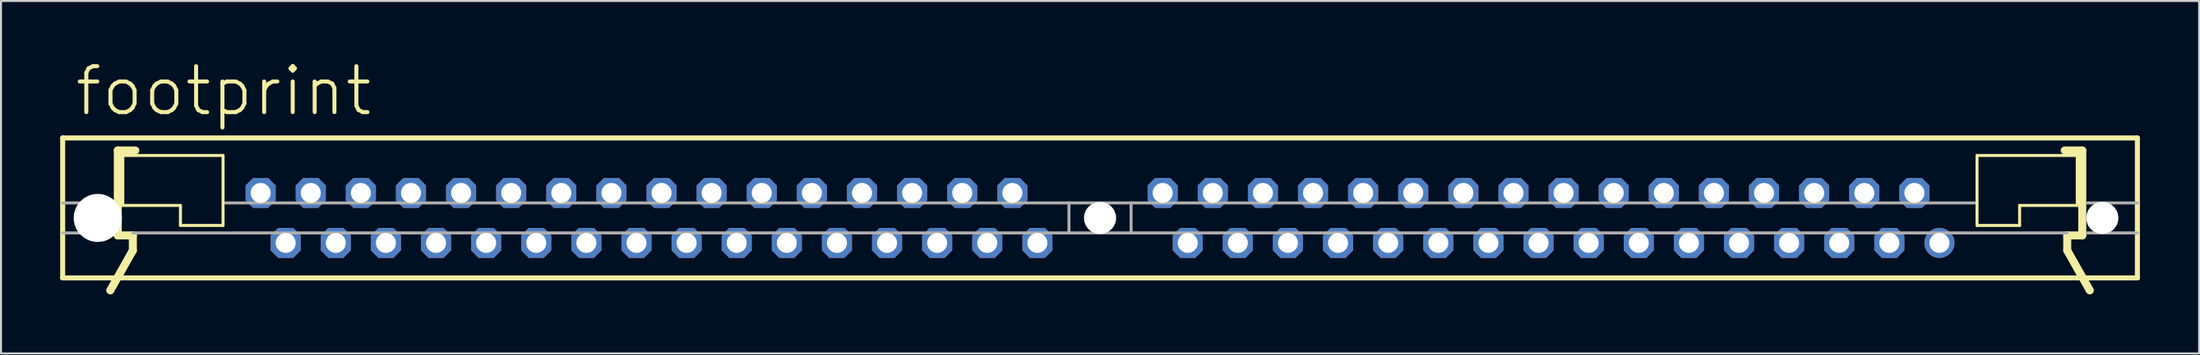
<source format=kicad_pcb>
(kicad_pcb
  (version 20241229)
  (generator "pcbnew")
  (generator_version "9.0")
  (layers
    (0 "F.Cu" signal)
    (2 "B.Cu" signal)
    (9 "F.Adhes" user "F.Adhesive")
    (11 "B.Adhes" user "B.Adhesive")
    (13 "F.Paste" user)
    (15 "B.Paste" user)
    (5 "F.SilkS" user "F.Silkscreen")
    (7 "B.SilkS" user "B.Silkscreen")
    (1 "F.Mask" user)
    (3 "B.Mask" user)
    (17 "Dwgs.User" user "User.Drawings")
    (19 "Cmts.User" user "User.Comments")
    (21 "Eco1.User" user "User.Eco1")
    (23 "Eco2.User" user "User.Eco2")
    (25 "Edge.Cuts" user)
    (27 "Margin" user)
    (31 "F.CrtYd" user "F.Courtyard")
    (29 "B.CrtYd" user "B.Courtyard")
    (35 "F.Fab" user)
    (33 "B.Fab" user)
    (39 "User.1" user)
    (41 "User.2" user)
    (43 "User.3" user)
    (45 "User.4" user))
  (footprint "footprint"
    (layer "F.Cu")
    (at 52.705 8.026)
    (property "Reference" "footprint" (at -52.07 -5.08 0) (layer "F.SilkS") (effects (font (size 2.337 2.337) (thickness 0.203)) (justify left bottom)))
    (fp_line (start -52.578 -4.064) (end 52.578 -4.064) (stroke (width 0.254) (type solid)) (layer "F.SilkS"))
    (fp_line (start -52.578 3.048) (end -52.578 -4.064) (stroke (width 0.254) (type solid)) (layer "F.SilkS"))
    (fp_line (start -49.784 -3.429) (end -49.784 0.889) (stroke (width 0.406) (type solid)) (layer "F.SilkS"))
    (fp_line (start -49.784 0.889) (end -49.022 0.889) (stroke (width 0.406) (type solid)) (layer "F.SilkS"))
    (fp_line (start -49.53 -3.175) (end -49.53 -0.635) (stroke (width 0.152) (type solid)) (layer "F.SilkS"))
    (fp_line (start -49.022 0.889) (end -49.022 1.651) (stroke (width 0.406) (type solid)) (layer "F.SilkS"))
    (fp_line (start -49.022 1.651) (end -50.165 3.683) (stroke (width 0.406) (type solid)) (layer "F.SilkS"))
    (fp_line (start -48.895 -3.429) (end -49.784 -3.429) (stroke (width 0.406) (type solid)) (layer "F.SilkS"))
    (fp_line (start -46.609 -0.635) (end -49.53 -0.635) (stroke (width 0.152) (type solid)) (layer "F.SilkS"))
    (fp_line (start -46.609 0.381) (end -46.609 -0.635) (stroke (width 0.152) (type solid)) (layer "F.SilkS"))
    (fp_line (start -46.609 0.381) (end -44.45 0.381) (stroke (width 0.152) (type solid)) (layer "F.SilkS"))
    (fp_line (start -44.45 -3.175) (end -49.53 -3.175) (stroke (width 0.152) (type solid)) (layer "F.SilkS"))
    (fp_line (start -44.45 0.381) (end -44.45 -3.175) (stroke (width 0.152) (type solid)) (layer "F.SilkS"))
    (fp_line (start 44.45 -3.175) (end 49.53 -3.175) (stroke (width 0.152) (type solid)) (layer "F.SilkS"))
    (fp_line (start 44.45 0.381) (end 44.45 -3.175) (stroke (width 0.152) (type solid)) (layer "F.SilkS"))
    (fp_line (start 46.609 -0.635) (end 49.53 -0.635) (stroke (width 0.152) (type solid)) (layer "F.SilkS"))
    (fp_line (start 46.609 0.381) (end 44.45 0.381) (stroke (width 0.152) (type solid)) (layer "F.SilkS"))
    (fp_line (start 46.609 0.381) (end 46.609 -0.635) (stroke (width 0.152) (type solid)) (layer "F.SilkS"))
    (fp_line (start 48.895 -3.429) (end 49.784 -3.429) (stroke (width 0.406) (type solid)) (layer "F.SilkS"))
    (fp_line (start 49.022 0.889) (end 49.022 1.651) (stroke (width 0.406) (type solid)) (layer "F.SilkS"))
    (fp_line (start 49.022 1.651) (end 50.165 3.683) (stroke (width 0.406) (type solid)) (layer "F.SilkS"))
    (fp_line (start 49.53 -3.175) (end 49.53 -0.635) (stroke (width 0.152) (type solid)) (layer "F.SilkS"))
    (fp_line (start 49.784 -3.429) (end 49.784 0.889) (stroke (width 0.406) (type solid)) (layer "F.SilkS"))
    (fp_line (start 49.784 0.889) (end 49.022 0.889) (stroke (width 0.406) (type solid)) (layer "F.SilkS"))
    (fp_line (start 52.578 -4.064) (end 52.578 3.048) (stroke (width 0.254) (type solid)) (layer "F.SilkS"))
    (fp_line (start 52.578 3.048) (end -52.578 3.048) (stroke (width 0.254) (type solid)) (layer "F.SilkS"))
    (fp_line (start -52.578 -0.762) (end -49.911 -0.762) (stroke (width 0.152) (type solid)) (layer "F.Fab"))
    (fp_line (start -52.578 0.762) (end -49.911 0.762) (stroke (width 0.152) (type solid)) (layer "F.Fab"))
    (fp_line (start -49.022 0.762) (end -1.575 0.762) (stroke (width 0.152) (type solid)) (layer "F.Fab"))
    (fp_line (start -44.323 -0.762) (end -1.575 -0.762) (stroke (width 0.152) (type solid)) (layer "F.Fab"))
    (fp_line (start -1.575 -0.762) (end 1.575 -0.762) (stroke (width 0.152) (type solid)) (layer "F.Fab"))
    (fp_line (start -1.575 0.762) (end -1.575 -0.762) (stroke (width 0.152) (type solid)) (layer "F.Fab"))
    (fp_line (start -1.575 0.762) (end 1.575 0.762) (stroke (width 0.152) (type solid)) (layer "F.Fab"))
    (fp_line (start 1.575 0.762) (end 1.575 -0.762) (stroke (width 0.152) (type solid)) (layer "F.Fab"))
    (fp_line (start 44.323 -0.762) (end 1.575 -0.762) (stroke (width 0.152) (type solid)) (layer "F.Fab"))
    (fp_line (start 49.022 0.762) (end 1.575 0.762) (stroke (width 0.152) (type solid)) (layer "F.Fab"))
    (fp_line (start 52.578 -0.762) (end 50.038 -0.762) (stroke (width 0.152) (type solid)) (layer "F.Fab"))
    (fp_line (start 52.578 0.762) (end 50.038 0.762) (stroke (width 0.152) (type solid)) (layer "F.Fab"))
    (pad "" np_thru_hole circle (at -50.8 0) (size 2.438 2.438) (drill 2.438) (layers "*.Cu" "*.Mask"))
    (pad "" np_thru_hole circle (at 0 0) (size 1.626 1.626) (drill 1.626) (layers "*.Cu" "*.Mask"))
    (pad "" np_thru_hole circle (at 50.8 0) (size 1.626 1.626) (drill 1.626) (layers "*.Cu" "*.Mask"))
    (pad "1" thru_hole circle (at 42.545 1.27) (size 1.524 1.524) (drill 1.016) (layers "*.Cu" "*.Mask"))
    (pad "2" thru_hole roundrect (at 41.275 -1.27) (size 1.524 1.524) (drill 1.016) (layers "*.Cu" "*.Mask") (roundrect_rratio 0.25) (chamfer_ratio 0.25) (chamfer top_left top_right bottom_left bottom_right))
    (pad "3" thru_hole roundrect (at 40.005 1.27) (size 1.524 1.524) (drill 1.016) (layers "*.Cu" "*.Mask") (roundrect_rratio 0.25) (chamfer_ratio 0.25) (chamfer top_left top_right bottom_left bottom_right))
    (pad "4" thru_hole roundrect (at 38.735 -1.27) (size 1.524 1.524) (drill 1.016) (layers "*.Cu" "*.Mask") (roundrect_rratio 0.25) (chamfer_ratio 0.25) (chamfer top_left top_right bottom_left bottom_right))
    (pad "5" thru_hole roundrect (at 37.465 1.27) (size 1.524 1.524) (drill 1.016) (layers "*.Cu" "*.Mask") (roundrect_rratio 0.25) (chamfer_ratio 0.25) (chamfer top_left top_right bottom_left bottom_right))
    (pad "6" thru_hole roundrect (at 36.195 -1.27) (size 1.524 1.524) (drill 1.016) (layers "*.Cu" "*.Mask") (roundrect_rratio 0.25) (chamfer_ratio 0.25) (chamfer top_left top_right bottom_left bottom_right))
    (pad "7" thru_hole roundrect (at 34.925 1.27) (size 1.524 1.524) (drill 1.016) (layers "*.Cu" "*.Mask") (roundrect_rratio 0.25) (chamfer_ratio 0.25) (chamfer top_left top_right bottom_left bottom_right))
    (pad "8" thru_hole roundrect (at 33.655 -1.27) (size 1.524 1.524) (drill 1.016) (layers "*.Cu" "*.Mask") (roundrect_rratio 0.25) (chamfer_ratio 0.25) (chamfer top_left top_right bottom_left bottom_right))
    (pad "9" thru_hole roundrect (at 32.385 1.27) (size 1.524 1.524) (drill 1.016) (layers "*.Cu" "*.Mask") (roundrect_rratio 0.25) (chamfer_ratio 0.25) (chamfer top_left top_right bottom_left bottom_right))
    (pad "10" thru_hole roundrect (at 31.115 -1.27) (size 1.524 1.524) (drill 1.016) (layers "*.Cu" "*.Mask") (roundrect_rratio 0.25) (chamfer_ratio 0.25) (chamfer top_left top_right bottom_left bottom_right))
    (pad "11" thru_hole roundrect (at 29.845 1.27) (size 1.524 1.524) (drill 1.016) (layers "*.Cu" "*.Mask") (roundrect_rratio 0.25) (chamfer_ratio 0.25) (chamfer top_left top_right bottom_left bottom_right))
    (pad "12" thru_hole roundrect (at 28.575 -1.27) (size 1.524 1.524) (drill 1.016) (layers "*.Cu" "*.Mask") (roundrect_rratio 0.25) (chamfer_ratio 0.25) (chamfer top_left top_right bottom_left bottom_right))
    (pad "13" thru_hole roundrect (at 27.305 1.27) (size 1.524 1.524) (drill 1.016) (layers "*.Cu" "*.Mask") (roundrect_rratio 0.25) (chamfer_ratio 0.25) (chamfer top_left top_right bottom_left bottom_right))
    (pad "14" thru_hole roundrect (at 26.035 -1.27) (size 1.524 1.524) (drill 1.016) (layers "*.Cu" "*.Mask") (roundrect_rratio 0.25) (chamfer_ratio 0.25) (chamfer top_left top_right bottom_left bottom_right))
    (pad "15" thru_hole roundrect (at 24.765 1.27) (size 1.524 1.524) (drill 1.016) (layers "*.Cu" "*.Mask") (roundrect_rratio 0.25) (chamfer_ratio 0.25) (chamfer top_left top_right bottom_left bottom_right))
    (pad "16" thru_hole roundrect (at 23.495 -1.27) (size 1.524 1.524) (drill 1.016) (layers "*.Cu" "*.Mask") (roundrect_rratio 0.25) (chamfer_ratio 0.25) (chamfer top_left top_right bottom_left bottom_right))
    (pad "17" thru_hole roundrect (at 22.225 1.27) (size 1.524 1.524) (drill 1.016) (layers "*.Cu" "*.Mask") (roundrect_rratio 0.25) (chamfer_ratio 0.25) (chamfer top_left top_right bottom_left bottom_right))
    (pad "18" thru_hole roundrect (at 20.955 -1.27) (size 1.524 1.524) (drill 1.016) (layers "*.Cu" "*.Mask") (roundrect_rratio 0.25) (chamfer_ratio 0.25) (chamfer top_left top_right bottom_left bottom_right))
    (pad "19" thru_hole roundrect (at 19.685 1.27) (size 1.524 1.524) (drill 1.016) (layers "*.Cu" "*.Mask") (roundrect_rratio 0.25) (chamfer_ratio 0.25) (chamfer top_left top_right bottom_left bottom_right))
    (pad "20" thru_hole roundrect (at 18.415 -1.27) (size 1.524 1.524) (drill 1.016) (layers "*.Cu" "*.Mask") (roundrect_rratio 0.25) (chamfer_ratio 0.25) (chamfer top_left top_right bottom_left bottom_right))
    (pad "21" thru_hole roundrect (at 17.145 1.27) (size 1.524 1.524) (drill 1.016) (layers "*.Cu" "*.Mask") (roundrect_rratio 0.25) (chamfer_ratio 0.25) (chamfer top_left top_right bottom_left bottom_right))
    (pad "22" thru_hole roundrect (at 15.875 -1.27) (size 1.524 1.524) (drill 1.016) (layers "*.Cu" "*.Mask") (roundrect_rratio 0.25) (chamfer_ratio 0.25) (chamfer top_left top_right bottom_left bottom_right))
    (pad "23" thru_hole roundrect (at 14.605 1.27) (size 1.524 1.524) (drill 1.016) (layers "*.Cu" "*.Mask") (roundrect_rratio 0.25) (chamfer_ratio 0.25) (chamfer top_left top_right bottom_left bottom_right))
    (pad "24" thru_hole roundrect (at 13.335 -1.27) (size 1.524 1.524) (drill 1.016) (layers "*.Cu" "*.Mask") (roundrect_rratio 0.25) (chamfer_ratio 0.25) (chamfer top_left top_right bottom_left bottom_right))
    (pad "25" thru_hole roundrect (at 12.065 1.27) (size 1.524 1.524) (drill 1.016) (layers "*.Cu" "*.Mask") (roundrect_rratio 0.25) (chamfer_ratio 0.25) (chamfer top_left top_right bottom_left bottom_right))
    (pad "26" thru_hole roundrect (at 10.795 -1.27) (size 1.524 1.524) (drill 1.016) (layers "*.Cu" "*.Mask") (roundrect_rratio 0.25) (chamfer_ratio 0.25) (chamfer top_left top_right bottom_left bottom_right))
    (pad "27" thru_hole roundrect (at 9.525 1.27) (size 1.524 1.524) (drill 1.016) (layers "*.Cu" "*.Mask") (roundrect_rratio 0.25) (chamfer_ratio 0.25) (chamfer top_left top_right bottom_left bottom_right))
    (pad "28" thru_hole roundrect (at 8.255 -1.27) (size 1.524 1.524) (drill 1.016) (layers "*.Cu" "*.Mask") (roundrect_rratio 0.25) (chamfer_ratio 0.25) (chamfer top_left top_right bottom_left bottom_right))
    (pad "29" thru_hole roundrect (at 6.985 1.27) (size 1.524 1.524) (drill 1.016) (layers "*.Cu" "*.Mask") (roundrect_rratio 0.25) (chamfer_ratio 0.25) (chamfer top_left top_right bottom_left bottom_right))
    (pad "30" thru_hole roundrect (at 5.715 -1.27) (size 1.524 1.524) (drill 1.016) (layers "*.Cu" "*.Mask") (roundrect_rratio 0.25) (chamfer_ratio 0.25) (chamfer top_left top_right bottom_left bottom_right))
    (pad "31" thru_hole roundrect (at 4.445 1.27) (size 1.524 1.524) (drill 1.016) (layers "*.Cu" "*.Mask") (roundrect_rratio 0.25) (chamfer_ratio 0.25) (chamfer top_left top_right bottom_left bottom_right))
    (pad "32" thru_hole roundrect (at 3.175 -1.27) (size 1.524 1.524) (drill 1.016) (layers "*.Cu" "*.Mask") (roundrect_rratio 0.25) (chamfer_ratio 0.25) (chamfer top_left top_right bottom_left bottom_right))
    (pad "33" thru_hole roundrect (at -3.175 1.27) (size 1.524 1.524) (drill 1.016) (layers "*.Cu" "*.Mask") (roundrect_rratio 0.25) (chamfer_ratio 0.25) (chamfer top_left top_right bottom_left bottom_right))
    (pad "34" thru_hole roundrect (at -4.445 -1.27) (size 1.524 1.524) (drill 1.016) (layers "*.Cu" "*.Mask") (roundrect_rratio 0.25) (chamfer_ratio 0.25) (chamfer top_left top_right bottom_left bottom_right))
    (pad "35" thru_hole roundrect (at -5.715 1.27) (size 1.524 1.524) (drill 1.016) (layers "*.Cu" "*.Mask") (roundrect_rratio 0.25) (chamfer_ratio 0.25) (chamfer top_left top_right bottom_left bottom_right))
    (pad "36" thru_hole roundrect (at -6.985 -1.27) (size 1.524 1.524) (drill 1.016) (layers "*.Cu" "*.Mask") (roundrect_rratio 0.25) (chamfer_ratio 0.25) (chamfer top_left top_right bottom_left bottom_right))
    (pad "37" thru_hole roundrect (at -8.255 1.27) (size 1.524 1.524) (drill 1.016) (layers "*.Cu" "*.Mask") (roundrect_rratio 0.25) (chamfer_ratio 0.25) (chamfer top_left top_right bottom_left bottom_right))
    (pad "38" thru_hole roundrect (at -9.525 -1.27) (size 1.524 1.524) (drill 1.016) (layers "*.Cu" "*.Mask") (roundrect_rratio 0.25) (chamfer_ratio 0.25) (chamfer top_left top_right bottom_left bottom_right))
    (pad "39" thru_hole roundrect (at -10.795 1.27) (size 1.524 1.524) (drill 1.016) (layers "*.Cu" "*.Mask") (roundrect_rratio 0.25) (chamfer_ratio 0.25) (chamfer top_left top_right bottom_left bottom_right))
    (pad "40" thru_hole roundrect (at -12.065 -1.27) (size 1.524 1.524) (drill 1.016) (layers "*.Cu" "*.Mask") (roundrect_rratio 0.25) (chamfer_ratio 0.25) (chamfer top_left top_right bottom_left bottom_right))
    (pad "41" thru_hole roundrect (at -13.335 1.27) (size 1.524 1.524) (drill 1.016) (layers "*.Cu" "*.Mask") (roundrect_rratio 0.25) (chamfer_ratio 0.25) (chamfer top_left top_right bottom_left bottom_right))
    (pad "42" thru_hole roundrect (at -14.605 -1.27) (size 1.524 1.524) (drill 1.016) (layers "*.Cu" "*.Mask") (roundrect_rratio 0.25) (chamfer_ratio 0.25) (chamfer top_left top_right bottom_left bottom_right))
    (pad "43" thru_hole roundrect (at -15.875 1.27) (size 1.524 1.524) (drill 1.016) (layers "*.Cu" "*.Mask") (roundrect_rratio 0.25) (chamfer_ratio 0.25) (chamfer top_left top_right bottom_left bottom_right))
    (pad "44" thru_hole roundrect (at -17.145 -1.27) (size 1.524 1.524) (drill 1.016) (layers "*.Cu" "*.Mask") (roundrect_rratio 0.25) (chamfer_ratio 0.25) (chamfer top_left top_right bottom_left bottom_right))
    (pad "45" thru_hole roundrect (at -18.415 1.27) (size 1.524 1.524) (drill 1.016) (layers "*.Cu" "*.Mask") (roundrect_rratio 0.25) (chamfer_ratio 0.25) (chamfer top_left top_right bottom_left bottom_right))
    (pad "46" thru_hole roundrect (at -19.685 -1.27) (size 1.524 1.524) (drill 1.016) (layers "*.Cu" "*.Mask") (roundrect_rratio 0.25) (chamfer_ratio 0.25) (chamfer top_left top_right bottom_left bottom_right))
    (pad "47" thru_hole roundrect (at -20.955 1.27) (size 1.524 1.524) (drill 1.016) (layers "*.Cu" "*.Mask") (roundrect_rratio 0.25) (chamfer_ratio 0.25) (chamfer top_left top_right bottom_left bottom_right))
    (pad "48" thru_hole roundrect (at -22.225 -1.27) (size 1.524 1.524) (drill 1.016) (layers "*.Cu" "*.Mask") (roundrect_rratio 0.25) (chamfer_ratio 0.25) (chamfer top_left top_right bottom_left bottom_right))
    (pad "49" thru_hole roundrect (at -23.495 1.27) (size 1.524 1.524) (drill 1.016) (layers "*.Cu" "*.Mask") (roundrect_rratio 0.25) (chamfer_ratio 0.25) (chamfer top_left top_right bottom_left bottom_right))
    (pad "50" thru_hole roundrect (at -24.765 -1.27) (size 1.524 1.524) (drill 1.016) (layers "*.Cu" "*.Mask") (roundrect_rratio 0.25) (chamfer_ratio 0.25) (chamfer top_left top_right bottom_left bottom_right))
    (pad "51" thru_hole roundrect (at -26.035 1.27) (size 1.524 1.524) (drill 1.016) (layers "*.Cu" "*.Mask") (roundrect_rratio 0.25) (chamfer_ratio 0.25) (chamfer top_left top_right bottom_left bottom_right))
    (pad "52" thru_hole roundrect (at -27.305 -1.27) (size 1.524 1.524) (drill 1.016) (layers "*.Cu" "*.Mask") (roundrect_rratio 0.25) (chamfer_ratio 0.25) (chamfer top_left top_right bottom_left bottom_right))
    (pad "53" thru_hole roundrect (at -28.575 1.27) (size 1.524 1.524) (drill 1.016) (layers "*.Cu" "*.Mask") (roundrect_rratio 0.25) (chamfer_ratio 0.25) (chamfer top_left top_right bottom_left bottom_right))
    (pad "54" thru_hole roundrect (at -29.845 -1.27) (size 1.524 1.524) (drill 1.016) (layers "*.Cu" "*.Mask") (roundrect_rratio 0.25) (chamfer_ratio 0.25) (chamfer top_left top_right bottom_left bottom_right))
    (pad "55" thru_hole roundrect (at -31.115 1.27) (size 1.524 1.524) (drill 1.016) (layers "*.Cu" "*.Mask") (roundrect_rratio 0.25) (chamfer_ratio 0.25) (chamfer top_left top_right bottom_left bottom_right))
    (pad "56" thru_hole roundrect (at -32.385 -1.27) (size 1.524 1.524) (drill 1.016) (layers "*.Cu" "*.Mask") (roundrect_rratio 0.25) (chamfer_ratio 0.25) (chamfer top_left top_right bottom_left bottom_right))
    (pad "57" thru_hole roundrect (at -33.655 1.27) (size 1.524 1.524) (drill 1.016) (layers "*.Cu" "*.Mask") (roundrect_rratio 0.25) (chamfer_ratio 0.25) (chamfer top_left top_right bottom_left bottom_right))
    (pad "58" thru_hole roundrect (at -34.925 -1.27) (size 1.524 1.524) (drill 1.016) (layers "*.Cu" "*.Mask") (roundrect_rratio 0.25) (chamfer_ratio 0.25) (chamfer top_left top_right bottom_left bottom_right))
    (pad "59" thru_hole roundrect (at -36.195 1.27) (size 1.524 1.524) (drill 1.016) (layers "*.Cu" "*.Mask") (roundrect_rratio 0.25) (chamfer_ratio 0.25) (chamfer top_left top_right bottom_left bottom_right))
    (pad "60" thru_hole roundrect (at -37.465 -1.27) (size 1.524 1.524) (drill 1.016) (layers "*.Cu" "*.Mask") (roundrect_rratio 0.25) (chamfer_ratio 0.25) (chamfer top_left top_right bottom_left bottom_right))
    (pad "61" thru_hole roundrect (at -38.735 1.27) (size 1.524 1.524) (drill 1.016) (layers "*.Cu" "*.Mask") (roundrect_rratio 0.25) (chamfer_ratio 0.25) (chamfer top_left top_right bottom_left bottom_right))
    (pad "62" thru_hole roundrect (at -40.005 -1.27) (size 1.524 1.524) (drill 1.016) (layers "*.Cu" "*.Mask") (roundrect_rratio 0.25) (chamfer_ratio 0.25) (chamfer top_left top_right bottom_left bottom_right))
    (pad "63" thru_hole roundrect (at -41.275 1.27) (size 1.524 1.524) (drill 1.016) (layers "*.Cu" "*.Mask") (roundrect_rratio 0.25) (chamfer_ratio 0.25) (chamfer top_left top_right bottom_left bottom_right))
    (pad "64" thru_hole roundrect (at -42.545 -1.27) (size 1.524 1.524) (drill 1.016) (layers "*.Cu" "*.Mask") (roundrect_rratio 0.25) (chamfer_ratio 0.25) (chamfer top_left top_right bottom_left bottom_right)))
  (gr_rect
    (start -3 -3)
    (end 108.41 14.913)
    (stroke (width 0.1) (type default))
    (fill no)
    (layer "Edge.Cuts")))
</source>
